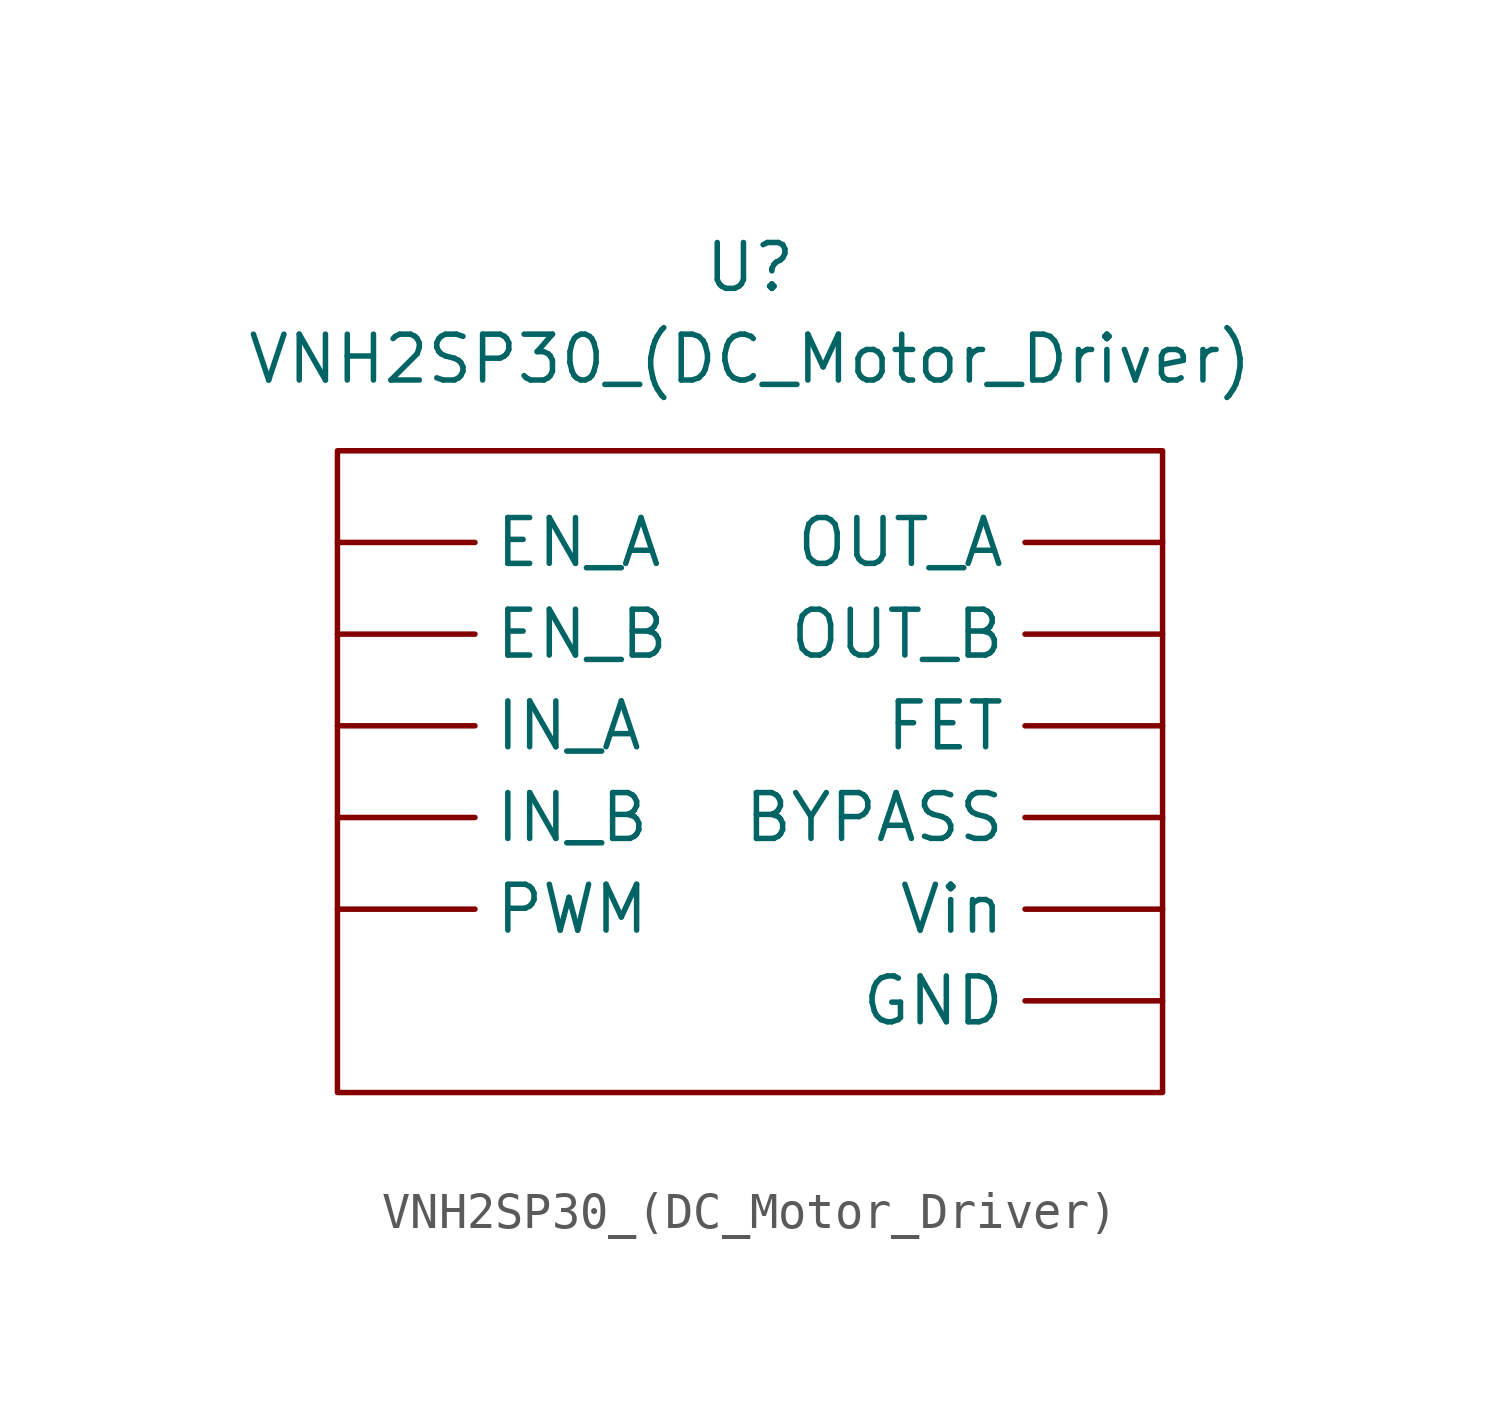
<source format=kicad_sym>
(kicad_symbol_lib
  (version 20211014)
  (generator kicad_symbol_editor)
  (symbol "VNH2SP30_(DC_Motor_Driver)"
    (property "Reference" "U"
      (at 0 5.08 0)
      (effects (font (size 1.27 1.27))))
    (property "Value" "VNH2SP30_(DC_Motor_Driver)"
      (at 0 2.54 0)
      (effects (font (size 1.27 1.27))))
    (symbol "VNH2SP30_(DC_Motor_Driver)_0_1"
      (rectangle (start -11.43 0) (end 11.43 -17.78) (stroke (width 0.152) (type default) (color 0 0 0 0)) (fill (type none))))
    (symbol "VNH2SP30_(DC_Motor_Driver)_1_1"
      (pin passive line (at 11.43 -10.16 180) (length 3.81) (name "BYPASS" (effects (font (size 1.27 1.27)))) (number "" (effects (font (size 1.27 1.27)))))
      (pin passive line (at -11.43 -2.54 0) (length 3.81) (name "EN_A" (effects (font (size 1.27 1.27)))) (number "" (effects (font (size 1.27 1.27)))))
      (pin passive line (at -11.43 -5.08 0) (length 3.81) (name "EN_B" (effects (font (size 1.27 1.27)))) (number "" (effects (font (size 1.27 1.27)))))
      (pin passive line (at 11.43 -7.62 180) (length 3.81) (name "FET" (effects (font (size 1.27 1.27)))) (number "" (effects (font (size 1.27 1.27)))))
      (pin passive line (at 11.43 -15.24 180) (length 3.81) (name "GND" (effects (font (size 1.27 1.27)))) (number "" (effects (font (size 1.27 1.27)))))
      (pin passive line (at -11.43 -7.62 0) (length 3.81) (name "IN_A" (effects (font (size 1.27 1.27)))) (number "" (effects (font (size 1.27 1.27)))))
      (pin passive line (at -11.43 -10.16 0) (length 3.81) (name "IN_B" (effects (font (size 1.27 1.27)))) (number "" (effects (font (size 1.27 1.27)))))
      (pin passive line (at 11.43 -2.54 180) (length 3.81) (name "OUT_A" (effects (font (size 1.27 1.27)))) (number "" (effects (font (size 1.27 1.27)))))
      (pin passive line (at 11.43 -5.08 180) (length 3.81) (name "OUT_B" (effects (font (size 1.27 1.27)))) (number "" (effects (font (size 1.27 1.27)))))
      (pin passive line (at -11.43 -12.7 0) (length 3.81) (name "PWM" (effects (font (size 1.27 1.27)))) (number "" (effects (font (size 1.27 1.27)))))
      (pin passive line (at 11.43 -12.7 180) (length 3.81) (name "Vin" (effects (font (size 1.27 1.27)))) (number "" (effects (font (size 1.27 1.27))))))))
</source>
